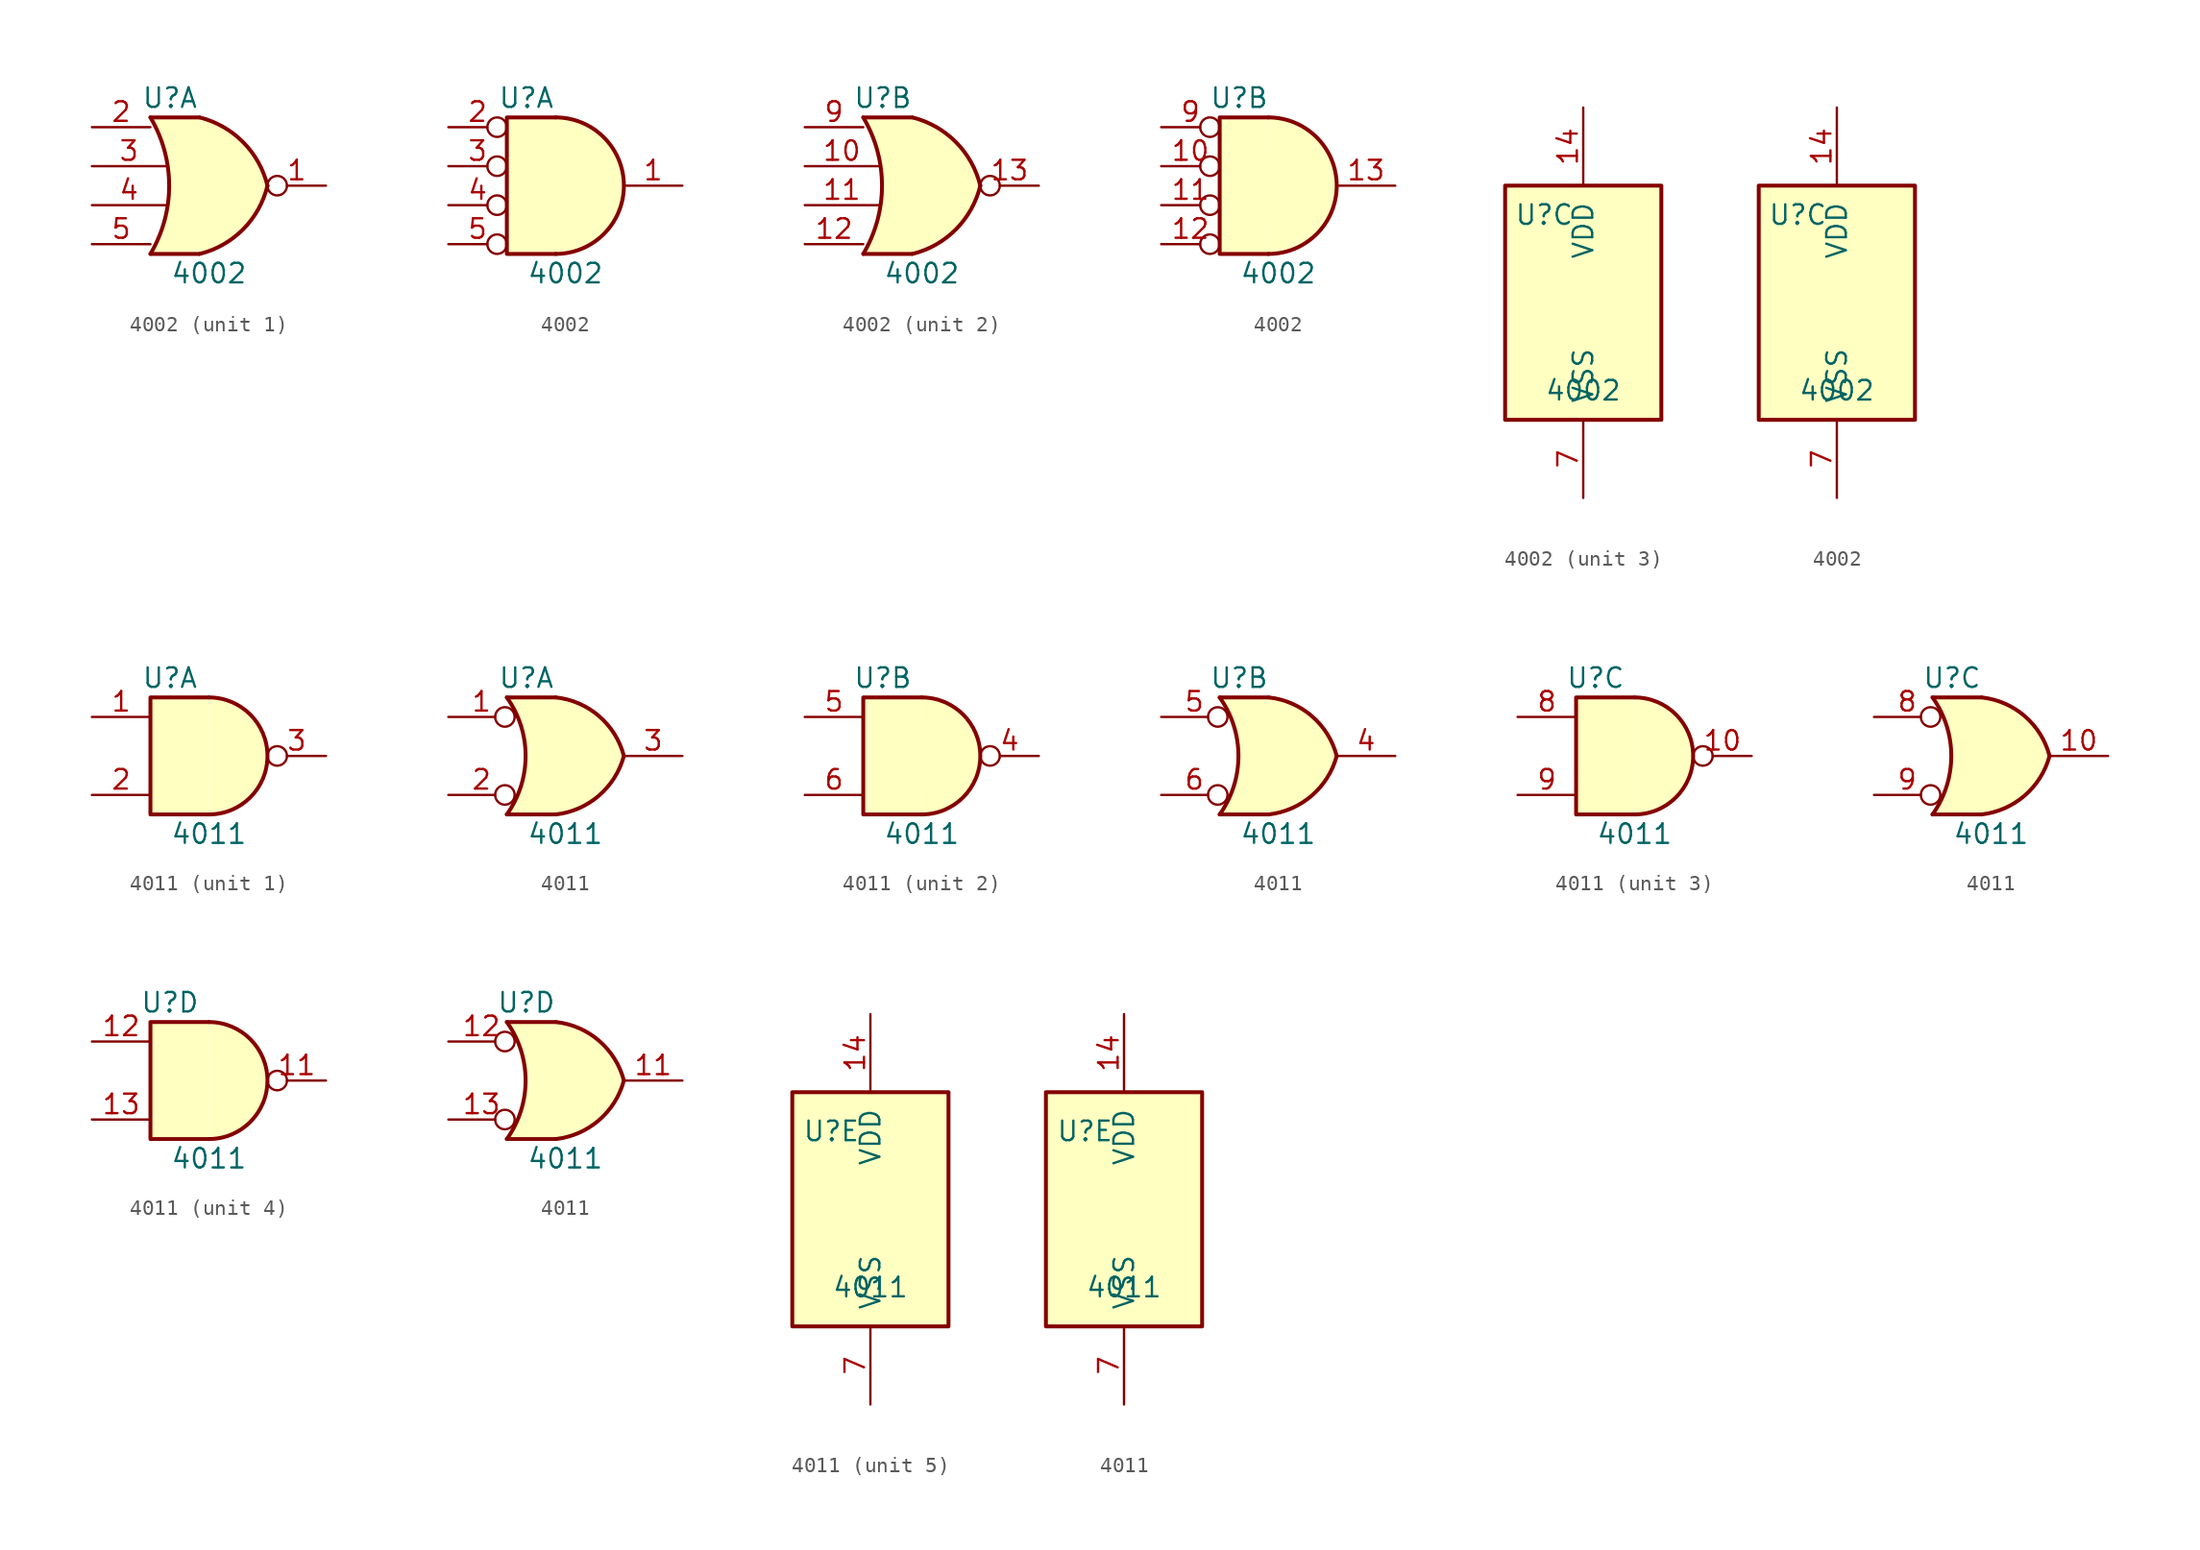
<source format=kicad_sym>
(kicad_symbol_lib
  (version 20211014)
  (generator kicad_symbol_editor)
  (symbol "4002"
    (pin_names
      (offset 1.016))
    (property "Reference" "U"
      (at -2.54 5.715 0)
      (effects (font (size 1.27 1.27))))
    (property "Value" "4002"
      (at 0 -5.715 0)
      (effects (font (size 1.27 1.27))))
    (property "ki_locked" ""
      (at 0 0 0)
      (effects (font (size 1.27 1.27))))
    (symbol "4002_1_1"
      (arc (start -3.81 -4.445) (mid -2.5908 0) (end -3.81 4.445) (stroke (width 0.254) (type default) (color 0 0 0 0)) (fill (type none)))
      (arc (start -0.6096 -4.445) (mid 2.2246 -2.8422) (end 3.81 0) (stroke (width 0.254) (type default) (color 0 0 0 0)) (fill (type background)))
      (polyline (pts (xy -3.81 -4.445) (xy -0.635 -4.445)) (stroke (width 0.254) (type default) (color 0 0 0 0)) (fill (type background)))
      (polyline (pts (xy -3.81 4.445) (xy -0.635 4.445)) (stroke (width 0.254) (type default) (color 0 0 0 0)) (fill (type background)))
      (polyline (pts (xy -0.635 4.445) (xy -3.81 4.445) (xy -3.81 4.445) (xy -3.632 4.089) (xy -3.099 2.921) (xy -2.769 1.676) (xy -2.616 0.432) (xy -2.642 -0.864) (xy -2.87 -2.108) (xy -3.251 -3.327) (xy -3.81 -4.445) (xy -3.81 -4.445) (xy -0.635 -4.445)) (stroke (width -25.4) (type default) (color 0 0 0 0)) (fill (type background)))
      (arc (start 3.81 0) (mid 2.2204 2.8379) (end -0.6096 4.445) (stroke (width 0.254) (type default) (color 0 0 0 0)) (fill (type background)))
      (pin output inverted (at 7.62 0 180) (length 3.81) (name "~" (effects (font (size 1.27 1.27)))) (number "1" (effects (font (size 1.27 1.27)))))
      (pin input line (at -7.62 3.81 0) (length 3.81) (name "~" (effects (font (size 1.27 1.27)))) (number "2" (effects (font (size 1.27 1.27)))))
      (pin input line (at -7.62 1.27 0) (length 4.826) (name "~" (effects (font (size 1.27 1.27)))) (number "3" (effects (font (size 1.27 1.27)))))
      (pin input line (at -7.62 -1.27 0) (length 4.826) (name "~" (effects (font (size 1.27 1.27)))) (number "4" (effects (font (size 1.27 1.27)))))
      (pin input line (at -7.62 -3.81 0) (length 3.81) (name "~" (effects (font (size 1.27 1.27)))) (number "5" (effects (font (size 1.27 1.27))))))
    (symbol "4002_1_2"
      (arc (start -0.635 -4.445) (mid 3.81 0) (end -0.635 4.445) (stroke (width 0.254) (type default) (color 0 0 0 0)) (fill (type background)))
      (polyline (pts (xy -0.635 4.445) (xy -3.81 4.445) (xy -3.81 -4.445) (xy -0.635 -4.445)) (stroke (width 0.254) (type default) (color 0 0 0 0)) (fill (type background)))
      (pin output line (at 7.62 0 180) (length 3.81) (name "~" (effects (font (size 1.27 1.27)))) (number "1" (effects (font (size 1.27 1.27)))))
      (pin input inverted (at -7.62 3.81 0) (length 3.81) (name "~" (effects (font (size 1.27 1.27)))) (number "2" (effects (font (size 1.27 1.27)))))
      (pin input inverted (at -7.62 1.27 0) (length 3.81) (name "~" (effects (font (size 1.27 1.27)))) (number "3" (effects (font (size 1.27 1.27)))))
      (pin input inverted (at -7.62 -1.27 0) (length 3.81) (name "~" (effects (font (size 1.27 1.27)))) (number "4" (effects (font (size 1.27 1.27)))))
      (pin input inverted (at -7.62 -3.81 0) (length 3.81) (name "~" (effects (font (size 1.27 1.27)))) (number "5" (effects (font (size 1.27 1.27))))))
    (symbol "4002_2_1"
      (arc (start -3.81 -4.445) (mid -2.5908 0) (end -3.81 4.445) (stroke (width 0.254) (type default) (color 0 0 0 0)) (fill (type none)))
      (arc (start -0.6096 -4.445) (mid 2.2246 -2.8422) (end 3.81 0) (stroke (width 0.254) (type default) (color 0 0 0 0)) (fill (type background)))
      (polyline (pts (xy -3.81 -4.445) (xy -0.635 -4.445)) (stroke (width 0.254) (type default) (color 0 0 0 0)) (fill (type background)))
      (polyline (pts (xy -3.81 4.445) (xy -0.635 4.445)) (stroke (width 0.254) (type default) (color 0 0 0 0)) (fill (type background)))
      (polyline (pts (xy -0.635 4.445) (xy -3.81 4.445) (xy -3.81 4.445) (xy -3.632 4.089) (xy -3.099 2.921) (xy -2.769 1.676) (xy -2.616 0.432) (xy -2.642 -0.864) (xy -2.87 -2.108) (xy -3.251 -3.327) (xy -3.81 -4.445) (xy -3.81 -4.445) (xy -0.635 -4.445)) (stroke (width -25.4) (type default) (color 0 0 0 0)) (fill (type background)))
      (arc (start 3.81 0) (mid 2.2204 2.8379) (end -0.6096 4.445) (stroke (width 0.254) (type default) (color 0 0 0 0)) (fill (type background)))
      (pin input line (at -7.62 1.27 0) (length 4.826) (name "~" (effects (font (size 1.27 1.27)))) (number "10" (effects (font (size 1.27 1.27)))))
      (pin input line (at -7.62 -1.27 0) (length 4.826) (name "~" (effects (font (size 1.27 1.27)))) (number "11" (effects (font (size 1.27 1.27)))))
      (pin input line (at -7.62 -3.81 0) (length 3.81) (name "~" (effects (font (size 1.27 1.27)))) (number "12" (effects (font (size 1.27 1.27)))))
      (pin output inverted (at 7.62 0 180) (length 3.81) (name "~" (effects (font (size 1.27 1.27)))) (number "13" (effects (font (size 1.27 1.27)))))
      (pin input line (at -7.62 3.81 0) (length 3.81) (name "~" (effects (font (size 1.27 1.27)))) (number "9" (effects (font (size 1.27 1.27))))))
    (symbol "4002_2_2"
      (arc (start -0.635 -4.445) (mid 3.81 0) (end -0.635 4.445) (stroke (width 0.254) (type default) (color 0 0 0 0)) (fill (type background)))
      (polyline (pts (xy -0.635 4.445) (xy -3.81 4.445) (xy -3.81 -4.445) (xy -0.635 -4.445)) (stroke (width 0.254) (type default) (color 0 0 0 0)) (fill (type background)))
      (pin input inverted (at -7.62 1.27 0) (length 3.81) (name "~" (effects (font (size 1.27 1.27)))) (number "10" (effects (font (size 1.27 1.27)))))
      (pin input inverted (at -7.62 -1.27 0) (length 3.81) (name "~" (effects (font (size 1.27 1.27)))) (number "11" (effects (font (size 1.27 1.27)))))
      (pin input inverted (at -7.62 -3.81 0) (length 3.81) (name "~" (effects (font (size 1.27 1.27)))) (number "12" (effects (font (size 1.27 1.27)))))
      (pin output line (at 7.62 0 180) (length 3.81) (name "~" (effects (font (size 1.27 1.27)))) (number "13" (effects (font (size 1.27 1.27)))))
      (pin input inverted (at -7.62 3.81 0) (length 3.81) (name "~" (effects (font (size 1.27 1.27)))) (number "9" (effects (font (size 1.27 1.27))))))
    (symbol "4002_3_0"
      (pin power_in line (at 0 12.7 270) (length 5.08) (name "VDD" (effects (font (size 1.27 1.27)))) (number "14" (effects (font (size 1.27 1.27)))))
      (pin power_in line (at 0 -12.7 90) (length 5.08) (name "VSS" (effects (font (size 1.27 1.27)))) (number "7" (effects (font (size 1.27 1.27))))))
    (symbol "4002_3_1"
      (rectangle (start -5.08 7.62) (end 5.08 -7.62) (stroke (width 0.254) (type default) (color 0 0 0 0)) (fill (type background))))
    (symbol "4002_3_2"
      (rectangle (start -5.08 7.62) (end 5.08 -7.62) (stroke (width 0.254) (type default) (color 0 0 0 0)) (fill (type background)))))
  (symbol "4011"
    (pin_names
      (offset 1.016))
    (property "Reference" "U"
      (at -2.54 5.08 0)
      (effects (font (size 1.27 1.27))))
    (property "Value" "4011"
      (at 0 -5.08 0)
      (effects (font (size 1.27 1.27))))
    (property "ki_locked" ""
      (at 0 0 0)
      (effects (font (size 1.27 1.27))))
    (symbol "4011_1_1"
      (arc (start 0 -3.81) (mid 3.81 0) (end 0 3.81) (stroke (width 0.254) (type default) (color 0 0 0 0)) (fill (type background)))
      (polyline (pts (xy 0 3.81) (xy -3.81 3.81) (xy -3.81 -3.81) (xy 0 -3.81)) (stroke (width 0.254) (type default) (color 0 0 0 0)) (fill (type background)))
      (pin input line (at -7.62 2.54 0) (length 3.81) (name "~" (effects (font (size 1.27 1.27)))) (number "1" (effects (font (size 1.27 1.27)))))
      (pin input line (at -7.62 -2.54 0) (length 3.81) (name "~" (effects (font (size 1.27 1.27)))) (number "2" (effects (font (size 1.27 1.27)))))
      (pin output inverted (at 7.62 0 180) (length 3.81) (name "~" (effects (font (size 1.27 1.27)))) (number "3" (effects (font (size 1.27 1.27))))))
    (symbol "4011_1_2"
      (arc (start -3.81 -3.81) (mid -2.589 0) (end -3.81 3.81) (stroke (width 0.254) (type default) (color 0 0 0 0)) (fill (type none)))
      (arc (start -0.6096 -3.81) (mid 2.1842 -2.5851) (end 3.81 0) (stroke (width 0.254) (type default) (color 0 0 0 0)) (fill (type background)))
      (polyline (pts (xy -3.81 -3.81) (xy -0.635 -3.81)) (stroke (width 0.254) (type default) (color 0 0 0 0)) (fill (type background)))
      (polyline (pts (xy -3.81 3.81) (xy -0.635 3.81)) (stroke (width 0.254) (type default) (color 0 0 0 0)) (fill (type background)))
      (polyline (pts (xy -0.635 3.81) (xy -3.81 3.81) (xy -3.81 3.81) (xy -3.556 3.404) (xy -3.023 2.261) (xy -2.692 1.041) (xy -2.616 -0.254) (xy -2.769 -1.499) (xy -3.175 -2.718) (xy -3.81 -3.81) (xy -3.81 -3.81) (xy -0.635 -3.81)) (stroke (width -25.4) (type default) (color 0 0 0 0)) (fill (type background)))
      (arc (start 3.81 0) (mid 2.1915 2.5936) (end -0.6096 3.81) (stroke (width 0.254) (type default) (color 0 0 0 0)) (fill (type background)))
      (pin input inverted (at -7.62 2.54 0) (length 4.318) (name "~" (effects (font (size 1.27 1.27)))) (number "1" (effects (font (size 1.27 1.27)))))
      (pin input inverted (at -7.62 -2.54 0) (length 4.318) (name "~" (effects (font (size 1.27 1.27)))) (number "2" (effects (font (size 1.27 1.27)))))
      (pin output line (at 7.62 0 180) (length 3.81) (name "~" (effects (font (size 1.27 1.27)))) (number "3" (effects (font (size 1.27 1.27))))))
    (symbol "4011_2_1"
      (arc (start 0 -3.81) (mid 3.81 0) (end 0 3.81) (stroke (width 0.254) (type default) (color 0 0 0 0)) (fill (type background)))
      (polyline (pts (xy 0 3.81) (xy -3.81 3.81) (xy -3.81 -3.81) (xy 0 -3.81)) (stroke (width 0.254) (type default) (color 0 0 0 0)) (fill (type background)))
      (pin output inverted (at 7.62 0 180) (length 3.81) (name "~" (effects (font (size 1.27 1.27)))) (number "4" (effects (font (size 1.27 1.27)))))
      (pin input line (at -7.62 2.54 0) (length 3.81) (name "~" (effects (font (size 1.27 1.27)))) (number "5" (effects (font (size 1.27 1.27)))))
      (pin input line (at -7.62 -2.54 0) (length 3.81) (name "~" (effects (font (size 1.27 1.27)))) (number "6" (effects (font (size 1.27 1.27))))))
    (symbol "4011_2_2"
      (arc (start -3.81 -3.81) (mid -2.589 0) (end -3.81 3.81) (stroke (width 0.254) (type default) (color 0 0 0 0)) (fill (type none)))
      (arc (start -0.6096 -3.81) (mid 2.1842 -2.5851) (end 3.81 0) (stroke (width 0.254) (type default) (color 0 0 0 0)) (fill (type background)))
      (polyline (pts (xy -3.81 -3.81) (xy -0.635 -3.81)) (stroke (width 0.254) (type default) (color 0 0 0 0)) (fill (type background)))
      (polyline (pts (xy -3.81 3.81) (xy -0.635 3.81)) (stroke (width 0.254) (type default) (color 0 0 0 0)) (fill (type background)))
      (polyline (pts (xy -0.635 3.81) (xy -3.81 3.81) (xy -3.81 3.81) (xy -3.556 3.404) (xy -3.023 2.261) (xy -2.692 1.041) (xy -2.616 -0.254) (xy -2.769 -1.499) (xy -3.175 -2.718) (xy -3.81 -3.81) (xy -3.81 -3.81) (xy -0.635 -3.81)) (stroke (width -25.4) (type default) (color 0 0 0 0)) (fill (type background)))
      (arc (start 3.81 0) (mid 2.1915 2.5936) (end -0.6096 3.81) (stroke (width 0.254) (type default) (color 0 0 0 0)) (fill (type background)))
      (pin output line (at 7.62 0 180) (length 3.81) (name "~" (effects (font (size 1.27 1.27)))) (number "4" (effects (font (size 1.27 1.27)))))
      (pin input inverted (at -7.62 2.54 0) (length 4.318) (name "~" (effects (font (size 1.27 1.27)))) (number "5" (effects (font (size 1.27 1.27)))))
      (pin input inverted (at -7.62 -2.54 0) (length 4.318) (name "~" (effects (font (size 1.27 1.27)))) (number "6" (effects (font (size 1.27 1.27))))))
    (symbol "4011_3_1"
      (arc (start 0 -3.81) (mid 3.81 0) (end 0 3.81) (stroke (width 0.254) (type default) (color 0 0 0 0)) (fill (type background)))
      (polyline (pts (xy 0 3.81) (xy -3.81 3.81) (xy -3.81 -3.81) (xy 0 -3.81)) (stroke (width 0.254) (type default) (color 0 0 0 0)) (fill (type background)))
      (pin output inverted (at 7.62 0 180) (length 3.81) (name "~" (effects (font (size 1.27 1.27)))) (number "10" (effects (font (size 1.27 1.27)))))
      (pin input line (at -7.62 2.54 0) (length 3.81) (name "~" (effects (font (size 1.27 1.27)))) (number "8" (effects (font (size 1.27 1.27)))))
      (pin input line (at -7.62 -2.54 0) (length 3.81) (name "~" (effects (font (size 1.27 1.27)))) (number "9" (effects (font (size 1.27 1.27))))))
    (symbol "4011_3_2"
      (arc (start -3.81 -3.81) (mid -2.589 0) (end -3.81 3.81) (stroke (width 0.254) (type default) (color 0 0 0 0)) (fill (type none)))
      (arc (start -0.6096 -3.81) (mid 2.1842 -2.5851) (end 3.81 0) (stroke (width 0.254) (type default) (color 0 0 0 0)) (fill (type background)))
      (polyline (pts (xy -3.81 -3.81) (xy -0.635 -3.81)) (stroke (width 0.254) (type default) (color 0 0 0 0)) (fill (type background)))
      (polyline (pts (xy -3.81 3.81) (xy -0.635 3.81)) (stroke (width 0.254) (type default) (color 0 0 0 0)) (fill (type background)))
      (polyline (pts (xy -0.635 3.81) (xy -3.81 3.81) (xy -3.81 3.81) (xy -3.556 3.404) (xy -3.023 2.261) (xy -2.692 1.041) (xy -2.616 -0.254) (xy -2.769 -1.499) (xy -3.175 -2.718) (xy -3.81 -3.81) (xy -3.81 -3.81) (xy -0.635 -3.81)) (stroke (width -25.4) (type default) (color 0 0 0 0)) (fill (type background)))
      (arc (start 3.81 0) (mid 2.1915 2.5936) (end -0.6096 3.81) (stroke (width 0.254) (type default) (color 0 0 0 0)) (fill (type background)))
      (pin output line (at 7.62 0 180) (length 3.81) (name "~" (effects (font (size 1.27 1.27)))) (number "10" (effects (font (size 1.27 1.27)))))
      (pin input inverted (at -7.62 2.54 0) (length 4.318) (name "~" (effects (font (size 1.27 1.27)))) (number "8" (effects (font (size 1.27 1.27)))))
      (pin input inverted (at -7.62 -2.54 0) (length 4.318) (name "~" (effects (font (size 1.27 1.27)))) (number "9" (effects (font (size 1.27 1.27))))))
    (symbol "4011_4_1"
      (arc (start 0 -3.81) (mid 3.81 0) (end 0 3.81) (stroke (width 0.254) (type default) (color 0 0 0 0)) (fill (type background)))
      (polyline (pts (xy 0 3.81) (xy -3.81 3.81) (xy -3.81 -3.81) (xy 0 -3.81)) (stroke (width 0.254) (type default) (color 0 0 0 0)) (fill (type background)))
      (pin output inverted (at 7.62 0 180) (length 3.81) (name "~" (effects (font (size 1.27 1.27)))) (number "11" (effects (font (size 1.27 1.27)))))
      (pin input line (at -7.62 2.54 0) (length 3.81) (name "~" (effects (font (size 1.27 1.27)))) (number "12" (effects (font (size 1.27 1.27)))))
      (pin input line (at -7.62 -2.54 0) (length 3.81) (name "~" (effects (font (size 1.27 1.27)))) (number "13" (effects (font (size 1.27 1.27))))))
    (symbol "4011_4_2"
      (arc (start -3.81 -3.81) (mid -2.589 0) (end -3.81 3.81) (stroke (width 0.254) (type default) (color 0 0 0 0)) (fill (type none)))
      (arc (start -0.6096 -3.81) (mid 2.1842 -2.5851) (end 3.81 0) (stroke (width 0.254) (type default) (color 0 0 0 0)) (fill (type background)))
      (polyline (pts (xy -3.81 -3.81) (xy -0.635 -3.81)) (stroke (width 0.254) (type default) (color 0 0 0 0)) (fill (type background)))
      (polyline (pts (xy -3.81 3.81) (xy -0.635 3.81)) (stroke (width 0.254) (type default) (color 0 0 0 0)) (fill (type background)))
      (polyline (pts (xy -0.635 3.81) (xy -3.81 3.81) (xy -3.81 3.81) (xy -3.556 3.404) (xy -3.023 2.261) (xy -2.692 1.041) (xy -2.616 -0.254) (xy -2.769 -1.499) (xy -3.175 -2.718) (xy -3.81 -3.81) (xy -3.81 -3.81) (xy -0.635 -3.81)) (stroke (width -25.4) (type default) (color 0 0 0 0)) (fill (type background)))
      (arc (start 3.81 0) (mid 2.1915 2.5936) (end -0.6096 3.81) (stroke (width 0.254) (type default) (color 0 0 0 0)) (fill (type background)))
      (pin output line (at 7.62 0 180) (length 3.81) (name "~" (effects (font (size 1.27 1.27)))) (number "11" (effects (font (size 1.27 1.27)))))
      (pin input inverted (at -7.62 2.54 0) (length 4.318) (name "~" (effects (font (size 1.27 1.27)))) (number "12" (effects (font (size 1.27 1.27)))))
      (pin input inverted (at -7.62 -2.54 0) (length 4.318) (name "~" (effects (font (size 1.27 1.27)))) (number "13" (effects (font (size 1.27 1.27))))))
    (symbol "4011_5_0"
      (pin power_in line (at 0 12.7 270) (length 5.08) (name "VDD" (effects (font (size 1.27 1.27)))) (number "14" (effects (font (size 1.27 1.27)))))
      (pin power_in line (at 0 -12.7 90) (length 5.08) (name "VSS" (effects (font (size 1.27 1.27)))) (number "7" (effects (font (size 1.27 1.27))))))
    (symbol "4011_5_1"
      (rectangle (start -5.08 7.62) (end 5.08 -7.62) (stroke (width 0.254) (type default) (color 0 0 0 0)) (fill (type background))))
    (symbol "4011_5_2"
      (rectangle (start -5.08 7.62) (end 5.08 -7.62) (stroke (width 0.254) (type default) (color 0 0 0 0)) (fill (type background))))))
</source>
